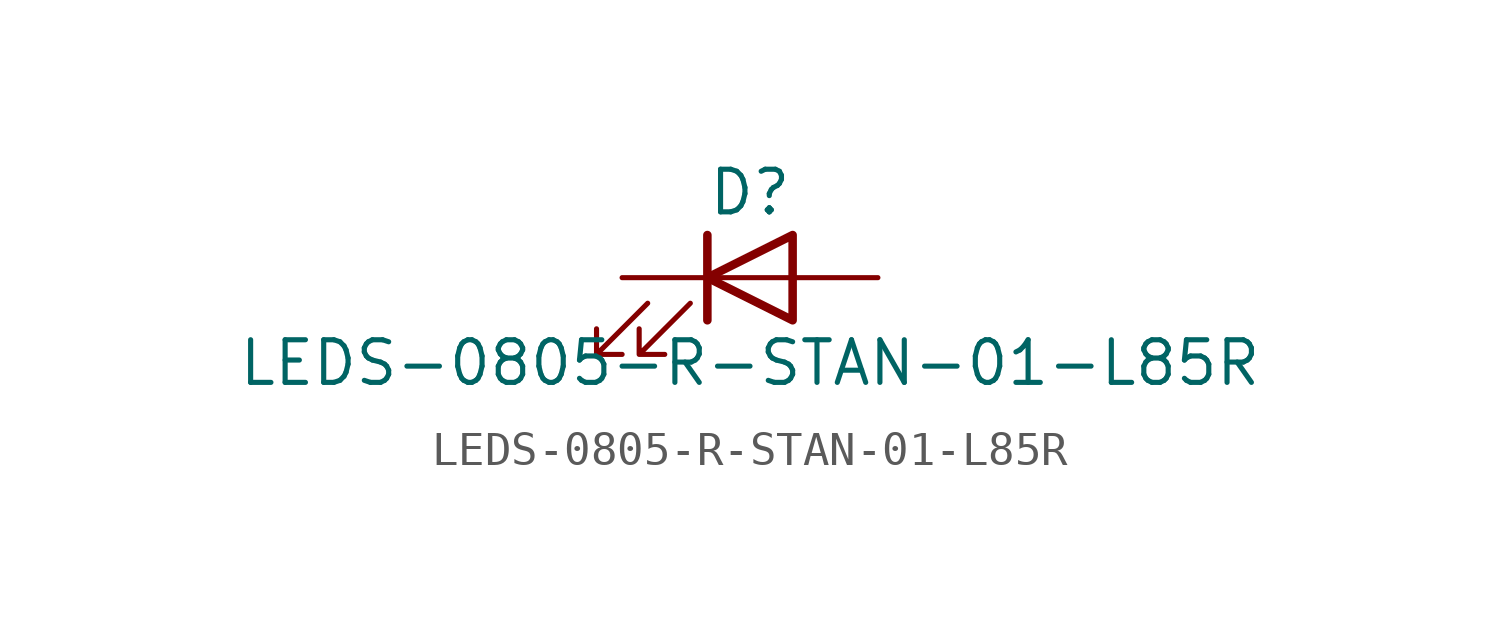
<source format=kicad_sym>
(kicad_symbol_lib
  (version 20211014)
  (generator kicad_symbol_editor)
  (symbol "LEDS-0805-R-STAN-01-L85R"
    (pin_numbers hide)
    (pin_names
      (offset 1.016) hide)
    (property "Reference" "D"
      (at 0 2.54 0)
      (effects (font (size 1.27 1.27))))
    (property "Value" "LEDS-0805-R-STAN-01-L85R"
      (at 0 -2.54 0)
      (effects (font (size 1.27 1.27))))
    (symbol "LEDS-0805-R-STAN-01-L85R_0_1"
      (polyline (pts (xy -1.27 -1.27) (xy -1.27 1.27)) (stroke (width 0.254) (type default) (color 0 0 0 0)) (fill (type none)))
      (polyline (pts (xy -1.27 0) (xy 1.27 0)) (stroke (width 0) (type default) (color 0 0 0 0)) (fill (type none)))
      (polyline (pts (xy 1.27 -1.27) (xy 1.27 1.27) (xy -1.27 0) (xy 1.27 -1.27)) (stroke (width 0.254) (type default) (color 0 0 0 0)) (fill (type none)))
      (polyline (pts (xy -3.048 -0.762) (xy -4.572 -2.286) (xy -3.81 -2.286) (xy -4.572 -2.286) (xy -4.572 -1.524)) (stroke (width 0) (type default) (color 0 0 0 0)) (fill (type none)))
      (polyline (pts (xy -1.778 -0.762) (xy -3.302 -2.286) (xy -2.54 -2.286) (xy -3.302 -2.286) (xy -3.302 -1.524)) (stroke (width 0) (type default) (color 0 0 0 0)) (fill (type none))))
    (symbol "LEDS-0805-R-STAN-01-L85R_1_1"
      (pin passive line (at -3.81 0 0) (length 2.54) (name "K" (effects (font (size 1.27 1.27)))) (number "1" (effects (font (size 1.27 1.27)))))
      (pin passive line (at 3.81 0 180) (length 2.54) (name "A" (effects (font (size 1.27 1.27)))) (number "2" (effects (font (size 1.27 1.27))))))))
</source>
